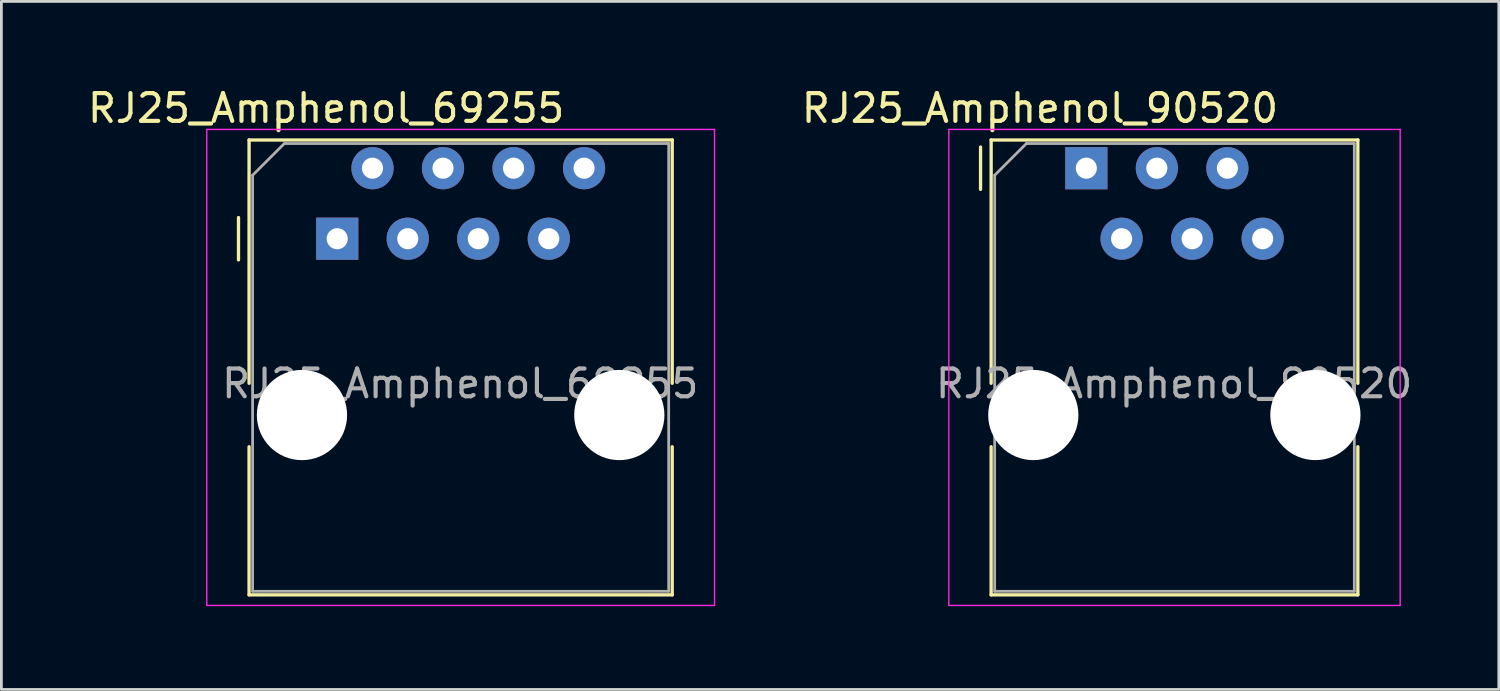
<source format=kicad_pcb>
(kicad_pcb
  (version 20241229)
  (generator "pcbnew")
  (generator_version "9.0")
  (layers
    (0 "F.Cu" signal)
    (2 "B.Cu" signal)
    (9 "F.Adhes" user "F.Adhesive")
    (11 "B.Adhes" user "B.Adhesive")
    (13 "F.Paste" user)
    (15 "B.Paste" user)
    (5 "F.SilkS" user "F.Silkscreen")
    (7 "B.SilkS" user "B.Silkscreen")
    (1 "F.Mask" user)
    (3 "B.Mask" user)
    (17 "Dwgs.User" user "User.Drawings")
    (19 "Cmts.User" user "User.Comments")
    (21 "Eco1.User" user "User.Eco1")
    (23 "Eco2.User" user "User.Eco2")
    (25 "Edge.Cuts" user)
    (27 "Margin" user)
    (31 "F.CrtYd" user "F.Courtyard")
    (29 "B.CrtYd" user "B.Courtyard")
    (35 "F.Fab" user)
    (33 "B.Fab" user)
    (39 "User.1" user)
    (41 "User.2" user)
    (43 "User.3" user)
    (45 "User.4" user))
  (footprint "RJ25_Amphenol_69255"
    (layer "F.Cu")
    (at 9.096 5.548)
    (property "Reference" "RJ25_Amphenol_69255" (at -0.4 -4.7 0) (layer "F.SilkS") (effects (font (size 1 1) (thickness 0.15))))
    (attr through_hole)
    (fp_line (start -3.556 0.762) (end -3.556 -0.762) (stroke (width 0.12) (type solid)) (layer "F.SilkS"))
    (fp_line (start -3.175 -3.556) (end 12.065 -3.556) (stroke (width 0.12) (type solid)) (layer "F.SilkS"))
    (fp_line (start -3.175 5.207) (end -3.175 -3.556) (stroke (width 0.12) (type solid)) (layer "F.SilkS"))
    (fp_line (start -3.175 12.827) (end -3.175 7.493) (stroke (width 0.12) (type solid)) (layer "F.SilkS"))
    (fp_line (start 12.065 -3.556) (end 12.065 5.207) (stroke (width 0.12) (type solid)) (layer "F.SilkS"))
    (fp_line (start 12.065 12.827) (end -3.175 12.827) (stroke (width 0.12) (type solid)) (layer "F.SilkS"))
    (fp_line (start 12.065 12.827) (end 12.065 7.493) (stroke (width 0.12) (type solid)) (layer "F.SilkS"))
    (fp_line (start -4.699 -3.937) (end 13.589 -3.937) (stroke (width 0.05) (type solid)) (layer "F.CrtYd"))
    (fp_line (start -4.699 13.208) (end -4.699 -3.937) (stroke (width 0.05) (type solid)) (layer "F.CrtYd"))
    (fp_line (start 13.589 -3.937) (end 13.589 13.208) (stroke (width 0.05) (type solid)) (layer "F.CrtYd"))
    (fp_line (start 13.589 13.208) (end -4.699 13.208) (stroke (width 0.05) (type solid)) (layer "F.CrtYd"))
    (fp_line (start -3.048 -2.286) (end -1.905 -3.429) (stroke (width 0.1) (type solid)) (layer "F.Fab"))
    (fp_line (start -3.048 12.7) (end -3.048 -2.286) (stroke (width 0.1) (type solid)) (layer "F.Fab"))
    (fp_line (start -1.905 -3.429) (end 11.938 -3.429) (stroke (width 0.1) (type solid)) (layer "F.Fab"))
    (fp_line (start 11.938 -3.429) (end 11.938 12.7) (stroke (width 0.1) (type solid)) (layer "F.Fab"))
    (fp_line (start 11.938 12.7) (end -3.048 12.7) (stroke (width 0.1) (type solid)) (layer "F.Fab"))
    (fp_text user "${REFERENCE}" (at 4.43 5.22 0) (layer "F.Fab") (effects (font (size 1 1) (thickness 0.15))))
    (pad "" np_thru_hole circle (at -1.27 6.35) (size 3.25 3.25) (drill 3.25) (layers "*.Cu" "*.Mask"))
    (pad "" np_thru_hole circle (at 10.16 6.35) (size 3.25 3.25) (drill 3.25) (layers "*.Cu" "*.Mask"))
    (pad "1" thru_hole rect (at 0 0) (size 1.52 1.52) (drill 0.76) (layers "*.Cu" "*.Mask"))
    (pad "2" thru_hole circle (at 1.27 -2.54) (size 1.52 1.52) (drill 0.76) (layers "*.Cu" "*.Mask"))
    (pad "3" thru_hole circle (at 2.54 0) (size 1.52 1.52) (drill 0.76) (layers "*.Cu" "*.Mask"))
    (pad "4" thru_hole circle (at 3.81 -2.54) (size 1.52 1.52) (drill 0.76) (layers "*.Cu" "*.Mask"))
    (pad "5" thru_hole circle (at 5.08 0) (size 1.52 1.52) (drill 0.76) (layers "*.Cu" "*.Mask"))
    (pad "6" thru_hole circle (at 6.35 -2.54) (size 1.52 1.52) (drill 0.76) (layers "*.Cu" "*.Mask"))
    (pad "7" thru_hole circle (at 7.62 0) (size 1.52 1.52) (drill 0.76) (layers "*.Cu" "*.Mask"))
    (pad "8" thru_hole circle (at 8.89 -2.54) (size 1.52 1.52) (drill 0.76) (layers "*.Cu" "*.Mask")))
  (footprint "RJ25_Amphenol_90520"
    (layer "F.Cu")
    (at 36.077 3.008)
    (property "Reference" "RJ25_Amphenol_90520" (at -1.67 -2.16 0) (layer "F.SilkS") (effects (font (size 1 1) (thickness 0.15))))
    (attr through_hole)
    (fp_line (start -3.81 0.762) (end -3.81 -0.762) (stroke (width 0.12) (type solid)) (layer "F.SilkS"))
    (fp_line (start -3.429 -1.016) (end 9.779 -1.016) (stroke (width 0.12) (type solid)) (layer "F.SilkS"))
    (fp_line (start -3.429 7.747) (end -3.429 -1.016) (stroke (width 0.12) (type solid)) (layer "F.SilkS"))
    (fp_line (start -3.429 15.367) (end -3.429 10.033) (stroke (width 0.12) (type solid)) (layer "F.SilkS"))
    (fp_line (start 9.779 -1.016) (end 9.779 7.747) (stroke (width 0.12) (type solid)) (layer "F.SilkS"))
    (fp_line (start 9.779 15.367) (end -3.429 15.367) (stroke (width 0.12) (type solid)) (layer "F.SilkS"))
    (fp_line (start 9.779 15.367) (end 9.779 10.033) (stroke (width 0.12) (type solid)) (layer "F.SilkS"))
    (fp_line (start -4.953 -1.397) (end 11.303 -1.397) (stroke (width 0.05) (type solid)) (layer "F.CrtYd"))
    (fp_line (start -4.953 15.748) (end -4.953 -1.397) (stroke (width 0.05) (type solid)) (layer "F.CrtYd"))
    (fp_line (start 11.303 -1.397) (end 11.303 15.748) (stroke (width 0.05) (type solid)) (layer "F.CrtYd"))
    (fp_line (start 11.303 15.748) (end -4.953 15.748) (stroke (width 0.05) (type solid)) (layer "F.CrtYd"))
    (fp_line (start -3.302 0.254) (end -2.159 -0.889) (stroke (width 0.1) (type solid)) (layer "F.Fab"))
    (fp_line (start -3.302 15.24) (end -3.302 0.254) (stroke (width 0.1) (type solid)) (layer "F.Fab"))
    (fp_line (start -2.159 -0.889) (end 9.652 -0.889) (stroke (width 0.1) (type solid)) (layer "F.Fab"))
    (fp_line (start 9.652 -0.889) (end 9.652 15.24) (stroke (width 0.1) (type solid)) (layer "F.Fab"))
    (fp_line (start 9.652 15.24) (end -3.302 15.24) (stroke (width 0.1) (type solid)) (layer "F.Fab"))
    (fp_text user "${REFERENCE}" (at 3.16 7.76 0) (layer "F.Fab") (effects (font (size 1 1) (thickness 0.15))))
    (pad "" np_thru_hole circle (at -1.91 8.89) (size 3.25 3.25) (drill 3.25) (layers "*.Cu" "*.Mask"))
    (pad "" np_thru_hole circle (at 8.25 8.89) (size 3.25 3.25) (drill 3.25) (layers "*.Cu" "*.Mask"))
    (pad "1" thru_hole rect (at 0 0) (size 1.52 1.52) (drill 0.76) (layers "*.Cu" "*.Mask"))
    (pad "2" thru_hole circle (at 1.27 2.54) (size 1.52 1.52) (drill 0.76) (layers "*.Cu" "*.Mask"))
    (pad "3" thru_hole circle (at 2.54 0) (size 1.52 1.52) (drill 0.76) (layers "*.Cu" "*.Mask"))
    (pad "4" thru_hole circle (at 3.81 2.54) (size 1.52 1.52) (drill 0.76) (layers "*.Cu" "*.Mask"))
    (pad "5" thru_hole circle (at 5.08 0) (size 1.52 1.52) (drill 0.76) (layers "*.Cu" "*.Mask"))
    (pad "6" thru_hole circle (at 6.35 2.54) (size 1.52 1.52) (drill 0.76) (layers "*.Cu" "*.Mask")))
  (gr_rect
    (start -3 -3)
    (end 50.933 21.781)
    (stroke (width 0.1) (type default))
    (fill no)
    (layer "Edge.Cuts")))
</source>
